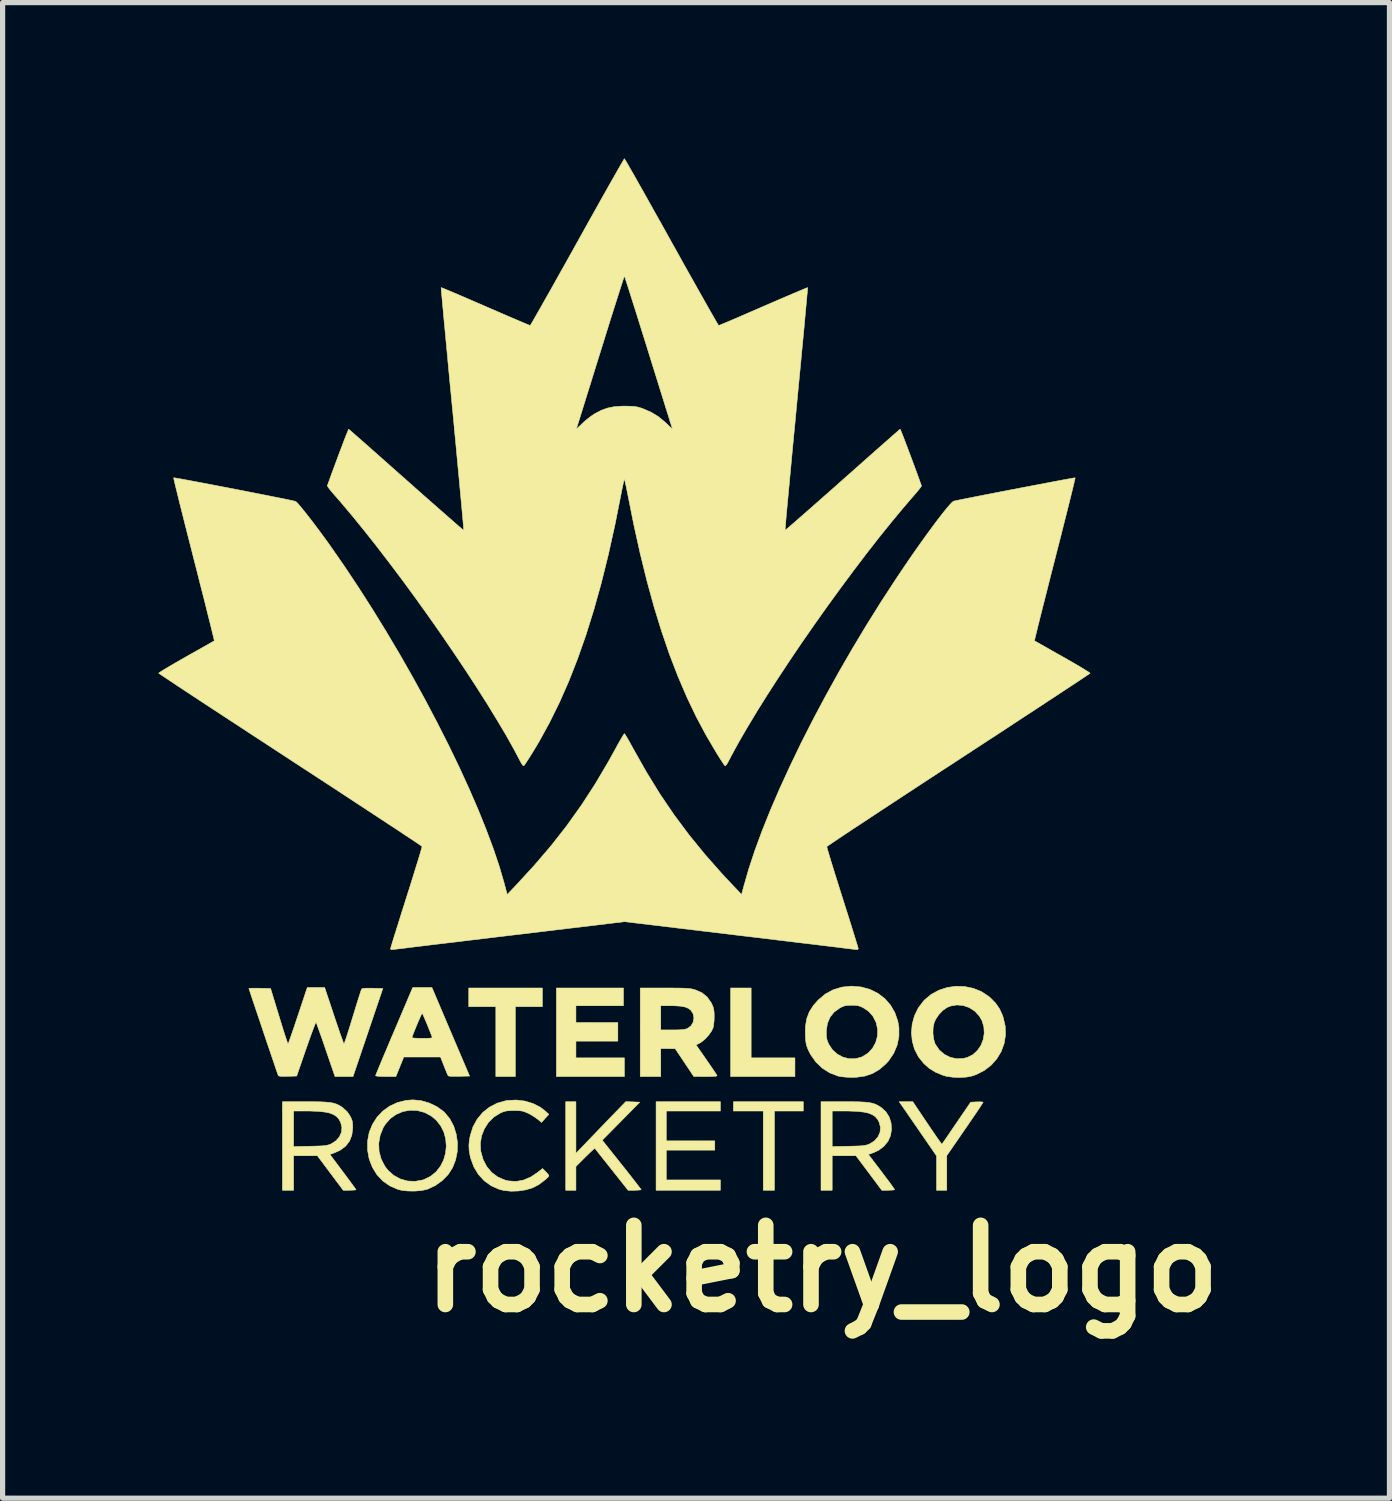
<source format=kicad_pcb>
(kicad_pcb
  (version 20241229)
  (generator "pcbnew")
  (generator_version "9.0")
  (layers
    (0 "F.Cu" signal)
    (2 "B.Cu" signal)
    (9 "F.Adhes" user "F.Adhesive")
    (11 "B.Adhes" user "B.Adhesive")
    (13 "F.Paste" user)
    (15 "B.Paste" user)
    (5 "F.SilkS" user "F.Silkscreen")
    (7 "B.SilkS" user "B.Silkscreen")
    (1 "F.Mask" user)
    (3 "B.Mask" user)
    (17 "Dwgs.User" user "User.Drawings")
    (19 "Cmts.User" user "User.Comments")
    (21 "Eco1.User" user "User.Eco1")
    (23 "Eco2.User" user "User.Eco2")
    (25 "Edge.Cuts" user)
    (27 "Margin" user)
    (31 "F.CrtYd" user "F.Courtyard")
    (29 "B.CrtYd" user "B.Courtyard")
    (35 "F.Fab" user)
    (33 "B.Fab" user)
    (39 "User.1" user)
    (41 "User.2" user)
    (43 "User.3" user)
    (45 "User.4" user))
  (footprint "rocketry_logo"
    (layer "F.Cu")
    (at 8.97 9.943)
    (property "Reference" "rocketry_logo" (at 3.81 11.43 0) (layer "F.SilkS") (effects (font (size 1.524 1.524) (thickness 0.3))))
    (attr through_hole)
    (fp_poly (pts (xy 2.44 7.372) (xy 3.283 7.372) (xy 3.283 7.731) (xy 2.045 7.731) (xy 2.045 6.027) (xy 2.44 6.027) (xy 2.44 7.372)) (stroke (width 0.01) (type solid)) (fill yes) (layer "F.SilkS"))
    (fp_poly (pts (xy -1.579 6.386) (xy -2.099 6.386) (xy -2.099 7.731) (xy -2.475 7.731) (xy -2.475 6.386) (xy -2.996 6.386) (xy -2.996 6.027) (xy -1.579 6.027) (xy -1.579 6.386)) (stroke (width 0.01) (type solid)) (fill yes) (layer "F.SilkS"))
    (fp_poly (pts (xy 3.444 8.395) (xy 2.888 8.395) (xy 2.888 9.92) (xy 2.673 9.92) (xy 2.673 8.395) (xy 2.099 8.395) (xy 2.099 8.216) (xy 3.444 8.216) (xy 3.444 8.395)) (stroke (width 0.01) (type solid)) (fill yes) (layer "F.SilkS"))
    (fp_poly (pts (xy -0.018 6.368) (xy -0.933 6.368) (xy -0.933 6.691) (xy -0.126 6.691) (xy -0.126 7.05) (xy -0.933 7.05) (xy -0.933 7.372) (xy 0 7.372) (xy 0 7.731) (xy -1.309 7.731) (xy -1.309 6.027) (xy -0.018 6.027) (xy -0.018 6.368)) (stroke (width 0.01) (type solid)) (fill yes) (layer "F.SilkS"))
    (fp_poly (pts (xy 1.848 8.395) (xy 0.807 8.395) (xy 0.807 8.969) (xy 1.74 8.969) (xy 1.74 9.148) (xy 0.807 9.148) (xy 0.807 9.722) (xy 1.848 9.722) (xy 1.848 9.92) (xy 0.61 9.92) (xy 0.61 8.216) (xy 1.848 8.216) (xy 1.848 8.395)) (stroke (width 0.01) (type solid)) (fill yes) (layer "F.SilkS"))
    (fp_poly (pts (xy 5.829 8.628) (xy 5.901 8.735) (xy 5.967 8.831) (xy 6.023 8.913) (xy 6.068 8.976) (xy 6.099 9.017) (xy 6.112 9.033) (xy 6.113 9.033) (xy 6.125 9.016) (xy 6.154 8.974) (xy 6.198 8.911) (xy 6.254 8.829) (xy 6.319 8.733) (xy 6.392 8.627) (xy 6.393 8.625) (xy 6.666 8.225) (xy 6.786 8.219) (xy 6.847 8.218) (xy 6.89 8.221) (xy 6.906 8.226) (xy 6.906 8.226) (xy 6.896 8.243) (xy 6.868 8.286) (xy 6.825 8.352) (xy 6.768 8.437) (xy 6.699 8.537) (xy 6.623 8.649) (xy 6.556 8.746) (xy 6.206 9.254) (xy 6.206 9.92) (xy 6.009 9.92) (xy 6.009 9.258) (xy 5.684 8.786) (xy 5.603 8.669) (xy 5.527 8.559) (xy 5.459 8.46) (xy 5.402 8.377) (xy 5.358 8.314) (xy 5.331 8.274) (xy 5.324 8.265) (xy 5.289 8.216) (xy 5.552 8.216) (xy 5.829 8.628)) (stroke (width 0.01) (type solid)) (fill yes) (layer "F.SilkS"))
    (fp_poly (pts (xy 0.162 8.219) (xy 0.296 8.225) (xy -0.426 8.957) (xy -0.051 9.428) (xy 0.038 9.54) (xy 0.119 9.643) (xy 0.19 9.734) (xy 0.249 9.81) (xy 0.292 9.866) (xy 0.317 9.9) (xy 0.323 9.909) (xy 0.306 9.914) (xy 0.263 9.918) (xy 0.202 9.92) (xy 0.197 9.92) (xy 0.071 9.92) (xy -0.245 9.521) (xy -0.327 9.417) (xy -0.402 9.324) (xy -0.466 9.243) (xy -0.517 9.178) (xy -0.552 9.134) (xy -0.568 9.114) (xy -0.569 9.113) (xy -0.583 9.122) (xy -0.618 9.153) (xy -0.668 9.2) (xy -0.73 9.26) (xy -0.754 9.283) (xy -0.933 9.462) (xy -0.933 9.92) (xy -1.13 9.92) (xy -1.13 8.216) (xy -0.933 8.216) (xy -0.933 9.21) (xy -0.615 8.879) (xy -0.517 8.777) (xy -0.417 8.673) (xy -0.321 8.573) (xy -0.235 8.484) (xy -0.164 8.411) (xy -0.135 8.381) (xy 0.027 8.214) (xy 0.162 8.219)) (stroke (width 0.01) (type solid)) (fill yes) (layer "F.SilkS"))
    (fp_poly (pts (xy -3.343 6.87) (xy -2.98 7.722) (xy -3.179 7.727) (xy -3.26 7.728) (xy -3.328 7.727) (xy -3.374 7.723) (xy -3.391 7.718) (xy -3.402 7.697) (xy -3.423 7.649) (xy -3.45 7.584) (xy -3.472 7.529) (xy -3.54 7.355) (xy -4.247 7.355) (xy -4.323 7.543) (xy -4.399 7.731) (xy -4.594 7.731) (xy -4.675 7.73) (xy -4.739 7.726) (xy -4.779 7.72) (xy -4.789 7.714) (xy -4.783 7.695) (xy -4.763 7.646) (xy -4.732 7.57) (xy -4.691 7.471) (xy -4.641 7.351) (xy -4.583 7.215) (xy -4.52 7.064) (xy -4.485 6.982) (xy -4.09 6.982) (xy -4.073 6.988) (xy -4.028 6.992) (xy -3.961 6.995) (xy -3.891 6.996) (xy -3.804 6.995) (xy -3.747 6.993) (xy -3.715 6.989) (xy -3.702 6.981) (xy -3.702 6.969) (xy -3.703 6.964) (xy -3.736 6.879) (xy -3.772 6.79) (xy -3.807 6.703) (xy -3.84 6.626) (xy -3.867 6.564) (xy -3.886 6.524) (xy -3.893 6.512) (xy -3.903 6.527) (xy -3.923 6.569) (xy -3.949 6.629) (xy -3.98 6.701) (xy -4.012 6.778) (xy -4.042 6.851) (xy -4.067 6.915) (xy -4.084 6.961) (xy -4.09 6.982) (xy -4.485 6.982) (xy -4.451 6.903) (xy -4.432 6.858) (xy -4.075 6.018) (xy -3.705 6.018) (xy -3.343 6.87)) (stroke (width 0.01) (type solid)) (fill yes) (layer "F.SilkS"))
    (fp_poly (pts (xy 4.389 8.216) (xy 4.516 8.218) (xy 4.618 8.223) (xy 4.7 8.231) (xy 4.766 8.243) (xy 4.821 8.26) (xy 4.871 8.283) (xy 4.921 8.312) (xy 4.945 8.328) (xy 5.033 8.408) (xy 5.097 8.509) (xy 5.134 8.626) (xy 5.142 8.751) (xy 5.122 8.872) (xy 5.074 8.978) (xy 4.997 9.072) (xy 4.897 9.149) (xy 4.802 9.194) (xy 4.697 9.231) (xy 4.95 9.563) (xy 5.021 9.658) (xy 5.085 9.743) (xy 5.138 9.815) (xy 5.176 9.869) (xy 5.198 9.901) (xy 5.202 9.908) (xy 5.186 9.914) (xy 5.142 9.918) (xy 5.082 9.92) (xy 5.078 9.92) (xy 4.955 9.92) (xy 4.707 9.588) (xy 4.458 9.256) (xy 4 9.256) (xy 4 9.92) (xy 3.785 9.92) (xy 3.785 9.08) (xy 4 9.08) (xy 4.319 9.073) (xy 4.438 9.07) (xy 4.527 9.067) (xy 4.593 9.062) (xy 4.643 9.054) (xy 4.681 9.044) (xy 4.716 9.031) (xy 4.718 9.03) (xy 4.813 8.97) (xy 4.881 8.893) (xy 4.921 8.805) (xy 4.93 8.71) (xy 4.906 8.614) (xy 4.874 8.555) (xy 4.83 8.504) (xy 4.771 8.464) (xy 4.694 8.434) (xy 4.595 8.414) (xy 4.47 8.401) (xy 4.315 8.395) (xy 4.247 8.395) (xy 4 8.395) (xy 4 9.08) (xy 3.785 9.08) (xy 3.785 8.216) (xy 4.23 8.216) (xy 4.389 8.216)) (stroke (width 0.01) (type solid)) (fill yes) (layer "F.SilkS"))
    (fp_poly (pts (xy -5.979 8.216) (xy -5.851 8.218) (xy -5.749 8.223) (xy -5.668 8.231) (xy -5.602 8.243) (xy -5.547 8.26) (xy -5.497 8.283) (xy -5.448 8.312) (xy -5.425 8.328) (xy -5.336 8.409) (xy -5.284 8.485) (xy -5.255 8.543) (xy -5.238 8.593) (xy -5.231 8.652) (xy -5.23 8.718) (xy -5.246 8.856) (xy -5.291 8.973) (xy -5.366 9.071) (xy -5.471 9.149) (xy -5.567 9.193) (xy -5.669 9.231) (xy -5.418 9.566) (xy -5.347 9.661) (xy -5.283 9.747) (xy -5.231 9.818) (xy -5.192 9.872) (xy -5.17 9.904) (xy -5.166 9.91) (xy -5.183 9.915) (xy -5.226 9.918) (xy -5.286 9.92) (xy -5.29 9.92) (xy -5.413 9.92) (xy -5.662 9.588) (xy -5.91 9.256) (xy -6.368 9.256) (xy -6.368 9.92) (xy -6.583 9.92) (xy -6.583 9.08) (xy -6.368 9.08) (xy -6.05 9.073) (xy -5.93 9.07) (xy -5.841 9.067) (xy -5.775 9.062) (xy -5.725 9.054) (xy -5.687 9.044) (xy -5.652 9.031) (xy -5.65 9.03) (xy -5.555 8.97) (xy -5.487 8.893) (xy -5.447 8.805) (xy -5.438 8.71) (xy -5.462 8.614) (xy -5.494 8.555) (xy -5.538 8.504) (xy -5.597 8.464) (xy -5.674 8.434) (xy -5.773 8.414) (xy -5.898 8.401) (xy -6.053 8.395) (xy -6.121 8.395) (xy -6.368 8.395) (xy -6.368 9.08) (xy -6.583 9.08) (xy -6.583 8.216) (xy -6.138 8.216) (xy -5.979 8.216)) (stroke (width 0.01) (type solid)) (fill yes) (layer "F.SilkS"))
    (fp_poly (pts (xy -3.912 8.196) (xy -3.756 8.241) (xy -3.61 8.311) (xy -3.483 8.403) (xy -3.461 8.423) (xy -3.361 8.544) (xy -3.286 8.686) (xy -3.237 8.842) (xy -3.213 9.007) (xy -3.217 9.175) (xy -3.25 9.338) (xy -3.308 9.486) (xy -3.393 9.618) (xy -3.506 9.734) (xy -3.639 9.829) (xy -3.783 9.897) (xy -3.804 9.904) (xy -3.91 9.926) (xy -4.034 9.936) (xy -4.164 9.935) (xy -4.284 9.922) (xy -4.362 9.903) (xy -4.517 9.835) (xy -4.652 9.74) (xy -4.765 9.619) (xy -4.853 9.476) (xy -4.914 9.315) (xy -4.944 9.148) (xy -4.944 9.015) (xy -4.729 9.015) (xy -4.723 9.168) (xy -4.684 9.316) (xy -4.614 9.453) (xy -4.553 9.534) (xy -4.443 9.632) (xy -4.316 9.702) (xy -4.177 9.742) (xy -4.032 9.749) (xy -3.886 9.723) (xy -3.856 9.713) (xy -3.729 9.651) (xy -3.624 9.564) (xy -3.541 9.458) (xy -3.48 9.338) (xy -3.443 9.207) (xy -3.429 9.071) (xy -3.44 8.934) (xy -3.475 8.802) (xy -3.536 8.679) (xy -3.623 8.57) (xy -3.72 8.489) (xy -3.851 8.421) (xy -3.989 8.385) (xy -4.128 8.38) (xy -4.264 8.405) (xy -4.392 8.459) (xy -4.505 8.539) (xy -4.6 8.646) (xy -4.642 8.713) (xy -4.702 8.862) (xy -4.729 9.015) (xy -4.944 9.015) (xy -4.944 8.972) (xy -4.912 8.805) (xy -4.85 8.652) (xy -4.762 8.514) (xy -4.65 8.396) (xy -4.518 8.3) (xy -4.368 8.231) (xy -4.203 8.19) (xy -4.069 8.18) (xy -3.912 8.196)) (stroke (width 0.01) (type solid)) (fill yes) (layer "F.SilkS"))
    (fp_poly (pts (xy 0.925 6.027) (xy 1.041 6.028) (xy 1.131 6.03) (xy 1.201 6.034) (xy 1.256 6.039) (xy 1.3 6.045) (xy 1.339 6.055) (xy 1.367 6.063) (xy 1.492 6.118) (xy 1.593 6.2) (xy 1.67 6.308) (xy 1.679 6.326) (xy 1.706 6.387) (xy 1.721 6.444) (xy 1.728 6.512) (xy 1.729 6.572) (xy 1.727 6.652) (xy 1.719 6.729) (xy 1.709 6.787) (xy 1.708 6.792) (xy 1.676 6.859) (xy 1.623 6.933) (xy 1.558 7.005) (xy 1.489 7.063) (xy 1.45 7.087) (xy 1.38 7.123) (xy 1.458 7.234) (xy 1.507 7.304) (xy 1.561 7.383) (xy 1.618 7.465) (xy 1.672 7.544) (xy 1.72 7.614) (xy 1.757 7.669) (xy 1.779 7.703) (xy 1.783 7.709) (xy 1.781 7.718) (xy 1.758 7.725) (xy 1.712 7.729) (xy 1.636 7.731) (xy 1.566 7.731) (xy 1.336 7.73) (xy 1.157 7.462) (xy 0.978 7.195) (xy 0.839 7.194) (xy 0.7 7.193) (xy 0.7 7.731) (xy 0.305 7.731) (xy 0.305 6.368) (xy 0.7 6.368) (xy 0.7 6.834) (xy 0.928 6.834) (xy 1.032 6.833) (xy 1.108 6.829) (xy 1.162 6.822) (xy 1.202 6.811) (xy 1.22 6.803) (xy 1.284 6.753) (xy 1.324 6.684) (xy 1.338 6.605) (xy 1.325 6.527) (xy 1.282 6.457) (xy 1.28 6.455) (xy 1.233 6.419) (xy 1.169 6.393) (xy 1.083 6.377) (xy 0.97 6.369) (xy 0.889 6.368) (xy 0.7 6.368) (xy 0.305 6.368) (xy 0.305 6.027) (xy 0.778 6.027) (xy 0.925 6.027)) (stroke (width 0.01) (type solid)) (fill yes) (layer "F.SilkS"))
    (fp_poly (pts (xy 6.548 5.998) (xy 6.713 6.032) (xy 6.869 6.094) (xy 7.01 6.186) (xy 7.048 6.218) (xy 7.147 6.319) (xy 7.22 6.425) (xy 7.277 6.549) (xy 7.291 6.589) (xy 7.331 6.76) (xy 7.337 6.929) (xy 7.311 7.093) (xy 7.255 7.247) (xy 7.171 7.387) (xy 7.062 7.511) (xy 6.928 7.614) (xy 6.773 7.693) (xy 6.692 7.721) (xy 6.582 7.742) (xy 6.453 7.75) (xy 6.32 7.744) (xy 6.197 7.726) (xy 6.135 7.708) (xy 5.99 7.648) (xy 5.868 7.573) (xy 5.762 7.478) (xy 5.659 7.349) (xy 5.585 7.204) (xy 5.541 7.048) (xy 5.527 6.898) (xy 5.94 6.898) (xy 5.952 7.005) (xy 5.979 7.096) (xy 5.987 7.112) (xy 6.062 7.221) (xy 6.159 7.304) (xy 6.272 7.361) (xy 6.395 7.388) (xy 6.524 7.383) (xy 6.603 7.363) (xy 6.71 7.309) (xy 6.797 7.229) (xy 6.864 7.131) (xy 6.908 7.018) (xy 6.927 6.898) (xy 6.92 6.776) (xy 6.886 6.659) (xy 6.834 6.568) (xy 6.745 6.472) (xy 6.639 6.404) (xy 6.522 6.363) (xy 6.4 6.353) (xy 6.279 6.374) (xy 6.21 6.402) (xy 6.131 6.457) (xy 6.056 6.535) (xy 5.995 6.624) (xy 5.963 6.695) (xy 5.943 6.79) (xy 5.94 6.898) (xy 5.527 6.898) (xy 5.526 6.886) (xy 5.54 6.724) (xy 5.583 6.565) (xy 5.655 6.415) (xy 5.757 6.279) (xy 5.779 6.256) (xy 5.908 6.148) (xy 6.055 6.069) (xy 6.214 6.017) (xy 6.381 5.993) (xy 6.548 5.998)) (stroke (width 0.01) (type solid)) (fill yes) (layer "F.SilkS"))
    (fp_poly (pts (xy -1.917 8.203) (xy -1.759 8.251) (xy -1.617 8.323) (xy -1.53 8.39) (xy -1.454 8.458) (xy -1.525 8.536) (xy -1.595 8.614) (xy -1.673 8.55) (xy -1.735 8.506) (xy -1.809 8.461) (xy -1.858 8.436) (xy -1.917 8.411) (xy -1.97 8.395) (xy -2.031 8.388) (xy -2.113 8.386) (xy -2.126 8.386) (xy -2.211 8.388) (xy -2.275 8.394) (xy -2.328 8.408) (xy -2.385 8.432) (xy -2.389 8.434) (xy -2.513 8.511) (xy -2.616 8.613) (xy -2.695 8.735) (xy -2.749 8.872) (xy -2.773 9.016) (xy -2.766 9.164) (xy -2.765 9.168) (xy -2.721 9.326) (xy -2.651 9.462) (xy -2.556 9.576) (xy -2.439 9.664) (xy -2.302 9.723) (xy -2.233 9.74) (xy -2.087 9.751) (xy -1.943 9.725) (xy -1.8 9.664) (xy -1.668 9.575) (xy -1.576 9.502) (xy -1.515 9.562) (xy -1.478 9.601) (xy -1.456 9.632) (xy -1.453 9.641) (xy -1.467 9.664) (xy -1.507 9.702) (xy -1.567 9.751) (xy -1.642 9.806) (xy -1.658 9.817) (xy -1.765 9.872) (xy -1.896 9.912) (xy -2.039 9.934) (xy -2.185 9.939) (xy -2.325 9.923) (xy -2.408 9.903) (xy -2.562 9.835) (xy -2.697 9.739) (xy -2.809 9.617) (xy -2.897 9.473) (xy -2.958 9.308) (xy -2.97 9.259) (xy -2.989 9.149) (xy -2.993 9.053) (xy -2.984 8.954) (xy -2.968 8.871) (xy -2.916 8.702) (xy -2.834 8.552) (xy -2.727 8.423) (xy -2.597 8.32) (xy -2.447 8.243) (xy -2.28 8.196) (xy -2.253 8.192) (xy -2.084 8.183) (xy -1.917 8.203)) (stroke (width 0.01) (type solid)) (fill yes) (layer "F.SilkS"))
    (fp_poly (pts (xy 4.559 6.007) (xy 4.729 6.054) (xy 4.881 6.13) (xy 5.013 6.231) (xy 5.123 6.356) (xy 5.207 6.502) (xy 5.264 6.666) (xy 5.285 6.791) (xy 5.285 6.96) (xy 5.251 7.126) (xy 5.185 7.283) (xy 5.09 7.425) (xy 5.034 7.486) (xy 4.909 7.595) (xy 4.776 7.673) (xy 4.631 7.722) (xy 4.467 7.745) (xy 4.369 7.748) (xy 4.281 7.744) (xy 4.194 7.736) (xy 4.123 7.724) (xy 4.11 7.721) (xy 3.952 7.66) (xy 3.809 7.569) (xy 3.686 7.451) (xy 3.587 7.311) (xy 3.557 7.255) (xy 3.526 7.187) (xy 3.506 7.13) (xy 3.494 7.073) (xy 3.487 7.002) (xy 3.484 6.932) (xy 3.484 6.872) (xy 3.887 6.872) (xy 3.889 6.954) (xy 3.898 7.015) (xy 3.919 7.074) (xy 3.935 7.11) (xy 4.006 7.217) (xy 4.099 7.3) (xy 4.207 7.358) (xy 4.325 7.388) (xy 4.448 7.388) (xy 4.568 7.355) (xy 4.584 7.348) (xy 4.692 7.279) (xy 4.778 7.186) (xy 4.838 7.075) (xy 4.871 6.953) (xy 4.875 6.824) (xy 4.847 6.696) (xy 4.844 6.687) (xy 4.784 6.569) (xy 4.701 6.476) (xy 4.607 6.412) (xy 4.549 6.383) (xy 4.497 6.367) (xy 4.436 6.36) (xy 4.377 6.359) (xy 4.299 6.361) (xy 4.242 6.37) (xy 4.19 6.389) (xy 4.145 6.413) (xy 4.037 6.491) (xy 3.958 6.591) (xy 3.908 6.711) (xy 3.887 6.851) (xy 3.887 6.872) (xy 3.484 6.872) (xy 3.486 6.762) (xy 3.511 6.615) (xy 3.561 6.484) (xy 3.639 6.362) (xy 3.73 6.259) (xy 3.869 6.142) (xy 4.023 6.059) (xy 4.191 6.009) (xy 4.372 5.991) (xy 4.375 5.991) (xy 4.559 6.007)) (stroke (width 0.01) (type solid)) (fill yes) (layer "F.SilkS"))
    (fp_poly (pts (xy -5.589 6.561) (xy -5.545 6.693) (xy -5.504 6.813) (xy -5.468 6.918) (xy -5.437 7.003) (xy -5.415 7.065) (xy -5.401 7.098) (xy -5.398 7.103) (xy -5.39 7.087) (xy -5.374 7.04) (xy -5.349 6.968) (xy -5.319 6.873) (xy -5.283 6.761) (xy -5.245 6.635) (xy -5.229 6.584) (xy -5.189 6.453) (xy -5.152 6.333) (xy -5.119 6.228) (xy -5.092 6.143) (xy -5.072 6.082) (xy -5.06 6.049) (xy -5.058 6.045) (xy -5.034 6.036) (xy -4.978 6.031) (xy -4.891 6.03) (xy -4.849 6.031) (xy -4.65 6.036) (xy -4.937 6.884) (xy -5.224 7.731) (xy -5.571 7.731) (xy -5.748 7.216) (xy -5.792 7.086) (xy -5.833 6.968) (xy -5.87 6.865) (xy -5.9 6.782) (xy -5.921 6.722) (xy -5.934 6.691) (xy -5.936 6.687) (xy -5.944 6.7) (xy -5.963 6.743) (xy -5.989 6.812) (xy -6.023 6.903) (xy -6.063 7.013) (xy -6.106 7.136) (xy -6.128 7.198) (xy -6.309 7.722) (xy -6.482 7.727) (xy -6.569 7.729) (xy -6.626 7.726) (xy -6.656 7.718) (xy -6.664 7.709) (xy -6.674 7.681) (xy -6.694 7.625) (xy -6.722 7.543) (xy -6.756 7.441) (xy -6.797 7.322) (xy -6.841 7.19) (xy -6.889 7.05) (xy -6.938 6.904) (xy -6.987 6.758) (xy -7.035 6.615) (xy -7.081 6.479) (xy -7.123 6.354) (xy -7.16 6.245) (xy -7.19 6.154) (xy -7.212 6.086) (xy -7.226 6.046) (xy -7.229 6.035) (xy -7.212 6.032) (xy -7.167 6.03) (xy -7.099 6.03) (xy -7.02 6.031) (xy -6.811 6.036) (xy -6.648 6.57) (xy -6.608 6.701) (xy -6.571 6.821) (xy -6.538 6.925) (xy -6.51 7.008) (xy -6.49 7.068) (xy -6.478 7.1) (xy -6.476 7.103) (xy -6.468 7.087) (xy -6.45 7.041) (xy -6.424 6.968) (xy -6.392 6.874) (xy -6.353 6.762) (xy -6.311 6.635) (xy -6.286 6.561) (xy -6.105 6.018) (xy -5.77 6.018) (xy -5.589 6.561)) (stroke (width 0.01) (type solid)) (fill yes) (layer "F.SilkS"))
    (fp_poly (pts (xy -8.659 -3.794) (xy -8.609 -3.785) (xy -8.53 -3.772) (xy -8.428 -3.753) (xy -8.304 -3.73) (xy -8.162 -3.703) (xy -8.007 -3.674) (xy -7.841 -3.642) (xy -7.669 -3.609) (xy -7.493 -3.575) (xy -7.317 -3.541) (xy -7.145 -3.507) (xy -6.98 -3.475) (xy -6.826 -3.444) (xy -6.686 -3.416) (xy -6.565 -3.392) (xy -6.464 -3.371) (xy -6.389 -3.355) (xy -6.342 -3.344) (xy -6.328 -3.34) (xy -6.305 -3.321) (xy -6.265 -3.276) (xy -6.209 -3.209) (xy -6.14 -3.124) (xy -6.061 -3.023) (xy -5.975 -2.911) (xy -5.885 -2.791) (xy -5.793 -2.666) (xy -5.701 -2.54) (xy -5.668 -2.493) (xy -5.392 -2.096) (xy -5.118 -1.684) (xy -4.848 -1.262) (xy -4.583 -0.831) (xy -4.324 -0.395) (xy -4.074 0.044) (xy -3.833 0.483) (xy -3.603 0.92) (xy -3.385 1.351) (xy -3.18 1.775) (xy -2.991 2.187) (xy -2.818 2.587) (xy -2.663 2.97) (xy -2.527 3.334) (xy -2.411 3.677) (xy -2.318 3.995) (xy -2.314 4.01) (xy -2.256 4.227) (xy -2.092 4.055) (xy -1.737 3.669) (xy -1.41 3.287) (xy -1.109 2.902) (xy -0.828 2.508) (xy -0.562 2.099) (xy -0.307 1.667) (xy -0.171 1.422) (xy -0.121 1.329) (xy -0.075 1.249) (xy -0.038 1.186) (xy -0.012 1.145) (xy 0 1.13) (xy 0.012 1.145) (xy 0.039 1.187) (xy 0.076 1.25) (xy 0.121 1.331) (xy 0.171 1.422) (xy 0.423 1.868) (xy 0.682 2.289) (xy 0.954 2.69) (xy 1.244 3.079) (xy 1.556 3.462) (xy 1.895 3.845) (xy 2.092 4.055) (xy 2.256 4.227) (xy 2.297 4.073) (xy 2.393 3.739) (xy 2.511 3.381) (xy 2.651 3.001) (xy 2.811 2.602) (xy 2.99 2.187) (xy 3.187 1.758) (xy 3.399 1.317) (xy 3.627 0.868) (xy 3.869 0.413) (xy 4.123 -0.046) (xy 4.388 -0.505) (xy 4.664 -0.964) (xy 4.948 -1.418) (xy 5.222 -1.838) (xy 5.347 -2.025) (xy 5.472 -2.209) (xy 5.596 -2.388) (xy 5.716 -2.558) (xy 5.832 -2.719) (xy 5.94 -2.866) (xy 6.039 -2.998) (xy 6.128 -3.113) (xy 6.204 -3.207) (xy 6.266 -3.279) (xy 6.312 -3.327) (xy 6.34 -3.346) (xy 6.341 -3.346) (xy 6.387 -3.356) (xy 6.462 -3.372) (xy 6.562 -3.392) (xy 6.684 -3.416) (xy 6.823 -3.444) (xy 6.977 -3.474) (xy 7.142 -3.506) (xy 7.313 -3.539) (xy 7.489 -3.573) (xy 7.665 -3.607) (xy 7.838 -3.64) (xy 8.004 -3.671) (xy 8.159 -3.701) (xy 8.301 -3.728) (xy 8.425 -3.751) (xy 8.528 -3.77) (xy 8.607 -3.784) (xy 8.658 -3.793) (xy 8.677 -3.795) (xy 8.677 -3.795) (xy 8.674 -3.777) (xy 8.663 -3.726) (xy 8.644 -3.646) (xy 8.618 -3.538) (xy 8.585 -3.406) (xy 8.547 -3.251) (xy 8.503 -3.076) (xy 8.454 -2.884) (xy 8.402 -2.676) (xy 8.346 -2.457) (xy 8.287 -2.227) (xy 8.287 -2.225) (xy 8.228 -1.995) (xy 8.172 -1.775) (xy 8.12 -1.568) (xy 8.071 -1.376) (xy 8.027 -1.201) (xy 7.988 -1.046) (xy 7.955 -0.914) (xy 7.929 -0.807) (xy 7.909 -0.726) (xy 7.898 -0.676) (xy 7.894 -0.658) (xy 7.894 -0.658) (xy 7.911 -0.648) (xy 7.956 -0.623) (xy 8.024 -0.584) (xy 8.113 -0.534) (xy 8.218 -0.474) (xy 8.336 -0.407) (xy 8.436 -0.351) (xy 8.562 -0.279) (xy 8.676 -0.213) (xy 8.777 -0.154) (xy 8.859 -0.104) (xy 8.92 -0.066) (xy 8.957 -0.042) (xy 8.965 -0.033) (xy 8.95 -0.022) (xy 8.906 0.008) (xy 8.835 0.056) (xy 8.739 0.12) (xy 8.619 0.199) (xy 8.476 0.293) (xy 8.313 0.401) (xy 8.131 0.52) (xy 7.931 0.652) (xy 7.715 0.793) (xy 7.485 0.944) (xy 7.242 1.104) (xy 6.987 1.27) (xy 6.722 1.443) (xy 6.449 1.621) (xy 6.431 1.634) (xy 6.157 1.812) (xy 5.892 1.985) (xy 5.636 2.153) (xy 5.392 2.313) (xy 5.161 2.465) (xy 4.944 2.607) (xy 4.743 2.74) (xy 4.56 2.861) (xy 4.395 2.969) (xy 4.251 3.065) (xy 4.13 3.146) (xy 4.032 3.211) (xy 3.96 3.261) (xy 3.914 3.292) (xy 3.897 3.306) (xy 3.897 3.306) (xy 3.901 3.327) (xy 3.915 3.378) (xy 3.939 3.458) (xy 3.97 3.562) (xy 4.009 3.688) (xy 4.054 3.833) (xy 4.104 3.992) (xy 4.158 4.164) (xy 4.197 4.287) (xy 4.253 4.466) (xy 4.307 4.634) (xy 4.356 4.79) (xy 4.399 4.929) (xy 4.436 5.049) (xy 4.466 5.146) (xy 4.488 5.218) (xy 4.5 5.26) (xy 4.502 5.271) (xy 4.491 5.287) (xy 4.454 5.287) (xy 4.444 5.285) (xy 4.419 5.282) (xy 4.361 5.275) (xy 4.271 5.264) (xy 4.153 5.249) (xy 4.008 5.231) (xy 3.838 5.211) (xy 3.646 5.187) (xy 3.434 5.162) (xy 3.205 5.134) (xy 2.959 5.105) (xy 2.701 5.073) (xy 2.431 5.041) (xy 2.195 5.013) (xy 0.004 4.75) (xy -2.182 5.012) (xy -2.459 5.045) (xy -2.728 5.078) (xy -2.984 5.108) (xy -3.228 5.138) (xy -3.455 5.165) (xy -3.665 5.19) (xy -3.854 5.213) (xy -4.02 5.233) (xy -4.162 5.251) (xy -4.277 5.265) (xy -4.362 5.275) (xy -4.416 5.282) (xy -4.435 5.284) (xy -4.483 5.288) (xy -4.502 5.277) (xy -4.502 5.273) (xy -4.497 5.252) (xy -4.482 5.2) (xy -4.458 5.12) (xy -4.426 5.016) (xy -4.386 4.89) (xy -4.341 4.745) (xy -4.291 4.585) (xy -4.236 4.413) (xy -4.196 4.285) (xy -4.139 4.106) (xy -4.086 3.938) (xy -4.038 3.782) (xy -3.995 3.643) (xy -3.958 3.524) (xy -3.929 3.427) (xy -3.909 3.355) (xy -3.897 3.313) (xy -3.895 3.302) (xy -3.911 3.29) (xy -3.955 3.26) (xy -4.026 3.212) (xy -4.122 3.148) (xy -4.242 3.069) (xy -4.384 2.974) (xy -4.548 2.867) (xy -4.73 2.747) (xy -4.93 2.616) (xy -5.146 2.474) (xy -5.376 2.323) (xy -5.619 2.163) (xy -5.874 1.997) (xy -6.139 1.824) (xy -6.412 1.646) (xy -6.431 1.633) (xy -6.704 1.455) (xy -6.969 1.281) (xy -7.225 1.114) (xy -7.469 0.954) (xy -7.7 0.803) (xy -7.917 0.661) (xy -8.118 0.529) (xy -8.302 0.408) (xy -8.466 0.3) (xy -8.61 0.205) (xy -8.731 0.124) (xy -8.829 0.059) (xy -8.902 0.01) (xy -8.948 -0.021) (xy -8.965 -0.033) (xy -8.965 -0.034) (xy -8.951 -0.046) (xy -8.91 -0.073) (xy -8.844 -0.114) (xy -8.757 -0.166) (xy -8.654 -0.226) (xy -8.536 -0.294) (xy -8.436 -0.351) (xy -8.31 -0.422) (xy -8.194 -0.487) (xy -8.092 -0.545) (xy -8.007 -0.593) (xy -7.944 -0.629) (xy -7.905 -0.651) (xy -7.894 -0.657) (xy -7.898 -0.675) (xy -7.909 -0.725) (xy -7.929 -0.805) (xy -7.955 -0.913) (xy -7.988 -1.045) (xy -8.027 -1.199) (xy -8.07 -1.374) (xy -8.119 -1.566) (xy -8.172 -1.773) (xy -8.227 -1.992) (xy -8.286 -2.222) (xy -8.287 -2.225) (xy -8.345 -2.455) (xy -8.401 -2.675) (xy -8.454 -2.882) (xy -8.502 -3.074) (xy -8.546 -3.249) (xy -8.585 -3.405) (xy -8.617 -3.537) (xy -8.644 -3.645) (xy -8.663 -3.726) (xy -8.674 -3.777) (xy -8.677 -3.795) (xy -8.677 -3.795) (xy -8.659 -3.794)) (stroke (width 0.01) (type solid)) (fill yes) (layer "F.SilkS"))
    (fp_poly (pts (xy 0.01 -9.922) (xy 0.037 -9.878) (xy 0.079 -9.806) (xy 0.134 -9.709) (xy 0.203 -9.589) (xy 0.282 -9.448) (xy 0.373 -9.288) (xy 0.472 -9.111) (xy 0.579 -8.919) (xy 0.694 -8.715) (xy 0.814 -8.5) (xy 0.907 -8.332) (xy 1.031 -8.111) (xy 1.149 -7.898) (xy 1.262 -7.697) (xy 1.368 -7.509) (xy 1.465 -7.336) (xy 1.553 -7.18) (xy 1.63 -7.044) (xy 1.696 -6.929) (xy 1.748 -6.838) (xy 1.786 -6.773) (xy 1.809 -6.735) (xy 1.816 -6.727) (xy 1.835 -6.734) (xy 1.883 -6.754) (xy 1.958 -6.785) (xy 2.057 -6.827) (xy 2.176 -6.878) (xy 2.312 -6.937) (xy 2.462 -7.002) (xy 2.623 -7.072) (xy 2.676 -7.095) (xy 2.84 -7.166) (xy 2.993 -7.232) (xy 3.133 -7.292) (xy 3.257 -7.345) (xy 3.361 -7.389) (xy 3.442 -7.423) (xy 3.498 -7.446) (xy 3.526 -7.456) (xy 3.528 -7.456) (xy 3.527 -7.438) (xy 3.523 -7.386) (xy 3.515 -7.303) (xy 3.505 -7.19) (xy 3.492 -7.05) (xy 3.477 -6.885) (xy 3.46 -6.696) (xy 3.44 -6.487) (xy 3.418 -6.258) (xy 3.395 -6.013) (xy 3.37 -5.753) (xy 3.344 -5.481) (xy 3.317 -5.198) (xy 3.31 -5.121) (xy 3.283 -4.835) (xy 3.256 -4.56) (xy 3.231 -4.296) (xy 3.208 -4.047) (xy 3.186 -3.814) (xy 3.166 -3.599) (xy 3.148 -3.405) (xy 3.132 -3.233) (xy 3.118 -3.086) (xy 3.108 -2.966) (xy 3.1 -2.874) (xy 3.095 -2.814) (xy 3.093 -2.786) (xy 3.093 -2.784) (xy 3.107 -2.795) (xy 3.146 -2.828) (xy 3.208 -2.881) (xy 3.291 -2.952) (xy 3.392 -3.041) (xy 3.51 -3.144) (xy 3.643 -3.261) (xy 3.789 -3.39) (xy 3.946 -3.528) (xy 4.111 -3.674) (xy 4.198 -3.752) (xy 4.368 -3.902) (xy 4.529 -4.045) (xy 4.681 -4.18) (xy 4.821 -4.304) (xy 4.948 -4.416) (xy 5.058 -4.513) (xy 5.151 -4.595) (xy 5.224 -4.659) (xy 5.276 -4.704) (xy 5.303 -4.728) (xy 5.308 -4.731) (xy 5.316 -4.716) (xy 5.335 -4.671) (xy 5.363 -4.6) (xy 5.399 -4.507) (xy 5.441 -4.396) (xy 5.488 -4.271) (xy 5.539 -4.135) (xy 5.591 -3.994) (xy 5.644 -3.85) (xy 5.695 -3.708) (xy 5.719 -3.642) (xy 5.71 -3.623) (xy 5.681 -3.583) (xy 5.638 -3.53) (xy 5.592 -3.477) (xy 5.372 -3.221) (xy 5.141 -2.943) (xy 4.901 -2.645) (xy 4.656 -2.331) (xy 4.407 -2.003) (xy 4.157 -1.666) (xy 3.907 -1.322) (xy 3.661 -0.975) (xy 3.419 -0.627) (xy 3.185 -0.281) (xy 2.961 0.058) (xy 2.748 0.388) (xy 2.549 0.706) (xy 2.367 1.009) (xy 2.202 1.293) (xy 2.059 1.555) (xy 1.993 1.682) (xy 1.967 1.725) (xy 1.945 1.748) (xy 1.937 1.749) (xy 1.922 1.731) (xy 1.892 1.688) (xy 1.851 1.625) (xy 1.803 1.549) (xy 1.779 1.511) (xy 1.575 1.165) (xy 1.382 0.803) (xy 1.201 0.424) (xy 1.03 0.025) (xy 0.868 -0.396) (xy 0.716 -0.841) (xy 0.571 -1.311) (xy 0.434 -1.81) (xy 0.304 -2.338) (xy 0.18 -2.898) (xy 0.079 -3.404) (xy 0.057 -3.513) (xy 0.038 -3.608) (xy 0.021 -3.686) (xy 0.008 -3.74) (xy 0.001 -3.766) (xy -0.000406 -3.767) (xy -0.007 -3.75) (xy -0.018 -3.704) (xy -0.033 -3.636) (xy -0.051 -3.55) (xy -0.06 -3.502) (xy -0.181 -2.893) (xy -0.309 -2.316) (xy -0.444 -1.772) (xy -0.587 -1.258) (xy -0.739 -0.772) (xy -0.9 -0.313) (xy -1.07 0.121) (xy -1.251 0.531) (xy -1.443 0.92) (xy -1.646 1.29) (xy -1.779 1.511) (xy -1.83 1.591) (xy -1.875 1.661) (xy -1.91 1.714) (xy -1.932 1.744) (xy -1.937 1.749) (xy -1.954 1.741) (xy -1.979 1.708) (xy -1.993 1.682) (xy -2.124 1.435) (xy -2.276 1.163) (xy -2.449 0.872) (xy -2.638 0.563) (xy -2.843 0.24) (xy -3.06 -0.093) (xy -3.289 -0.435) (xy -3.525 -0.78) (xy -3.768 -1.127) (xy -4.015 -1.472) (xy -4.264 -1.812) (xy -4.513 -2.143) (xy -4.759 -2.464) (xy -5 -2.769) (xy -5.234 -3.057) (xy -5.459 -3.324) (xy -5.592 -3.477) (xy -5.645 -3.538) (xy -5.686 -3.59) (xy -5.712 -3.627) (xy -5.719 -3.642) (xy -5.675 -3.764) (xy -5.628 -3.894) (xy -5.578 -4.028) (xy -5.529 -4.161) (xy -5.481 -4.29) (xy -5.435 -4.41) (xy -5.395 -4.517) (xy -5.36 -4.607) (xy -5.332 -4.675) (xy -5.314 -4.718) (xy -5.307 -4.731) (xy -5.293 -4.718) (xy -5.253 -4.684) (xy -5.191 -4.63) (xy -5.107 -4.556) (xy -5.005 -4.467) (xy -4.887 -4.362) (xy -4.753 -4.244) (xy -4.607 -4.114) (xy -4.45 -3.975) (xy -4.284 -3.828) (xy -4.198 -3.752) (xy -4.029 -3.602) (xy -3.868 -3.459) (xy -3.716 -3.326) (xy -3.576 -3.203) (xy -3.45 -3.092) (xy -3.34 -2.996) (xy -3.248 -2.915) (xy -3.175 -2.852) (xy -3.124 -2.809) (xy -3.097 -2.787) (xy -3.093 -2.785) (xy -3.094 -2.803) (xy -3.098 -2.855) (xy -3.105 -2.938) (xy -3.115 -3.051) (xy -3.128 -3.192) (xy -3.143 -3.357) (xy -3.161 -3.545) (xy -3.18 -3.755) (xy -3.202 -3.983) (xy -3.225 -4.229) (xy -3.249 -4.488) (xy -3.273 -4.735) (xy -0.926 -4.735) (xy -0.916 -4.742) (xy -0.885 -4.77) (xy -0.84 -4.812) (xy -0.809 -4.843) (xy -0.738 -4.906) (xy -0.66 -4.968) (xy -0.587 -5.018) (xy -0.572 -5.028) (xy -0.448 -5.093) (xy -0.328 -5.137) (xy -0.201 -5.163) (xy -0.055 -5.174) (xy 0.009 -5.175) (xy 0.108 -5.173) (xy 0.183 -5.169) (xy 0.243 -5.16) (xy 0.3 -5.145) (xy 0.356 -5.126) (xy 0.514 -5.058) (xy 0.654 -4.973) (xy 0.787 -4.863) (xy 0.808 -4.843) (xy 0.86 -4.793) (xy 0.9 -4.756) (xy 0.923 -4.737) (xy 0.926 -4.735) (xy 0.92 -4.753) (xy 0.904 -4.803) (xy 0.879 -4.882) (xy 0.846 -4.988) (xy 0.805 -5.118) (xy 0.758 -5.27) (xy 0.704 -5.442) (xy 0.646 -5.63) (xy 0.583 -5.832) (xy 0.516 -6.046) (xy 0.465 -6.211) (xy 0.396 -6.432) (xy 0.33 -6.642) (xy 0.268 -6.841) (xy 0.211 -7.024) (xy 0.158 -7.189) (xy 0.112 -7.335) (xy 0.073 -7.458) (xy 0.041 -7.556) (xy 0.018 -7.627) (xy 0.004 -7.667) (xy 0 -7.677) (xy -0.007 -7.66) (xy -0.023 -7.612) (xy -0.048 -7.534) (xy -0.082 -7.429) (xy -0.123 -7.3) (xy -0.171 -7.149) (xy -0.225 -6.979) (xy -0.284 -6.792) (xy -0.347 -6.59) (xy -0.413 -6.377) (xy -0.465 -6.211) (xy -0.534 -5.99) (xy -0.6 -5.778) (xy -0.661 -5.58) (xy -0.719 -5.396) (xy -0.771 -5.229) (xy -0.816 -5.083) (xy -0.855 -4.958) (xy -0.886 -4.859) (xy -0.909 -4.787) (xy -0.922 -4.745) (xy -0.926 -4.735) (xy -3.273 -4.735) (xy -3.275 -4.761) (xy -3.302 -5.044) (xy -3.31 -5.121) (xy -3.337 -5.406) (xy -3.364 -5.682) (xy -3.389 -5.945) (xy -3.412 -6.195) (xy -3.434 -6.428) (xy -3.454 -6.642) (xy -3.473 -6.837) (xy -3.488 -7.008) (xy -3.502 -7.155) (xy -3.513 -7.276) (xy -3.521 -7.367) (xy -3.526 -7.428) (xy -3.527 -7.455) (xy -3.527 -7.457) (xy -3.51 -7.451) (xy -3.463 -7.432) (xy -3.39 -7.402) (xy -3.292 -7.361) (xy -3.175 -7.311) (xy -3.04 -7.253) (xy -2.89 -7.188) (xy -2.73 -7.119) (xy -2.675 -7.095) (xy -2.511 -7.024) (xy -2.357 -6.957) (xy -2.216 -6.896) (xy -2.091 -6.843) (xy -1.986 -6.798) (xy -1.903 -6.763) (xy -1.845 -6.739) (xy -1.817 -6.727) (xy -1.814 -6.727) (xy -1.804 -6.742) (xy -1.777 -6.787) (xy -1.735 -6.859) (xy -1.68 -6.956) (xy -1.611 -7.076) (xy -1.532 -7.217) (xy -1.441 -7.377) (xy -1.342 -7.553) (xy -1.235 -7.745) (xy -1.12 -7.949) (xy -1 -8.164) (xy -0.907 -8.332) (xy -0.783 -8.554) (xy -0.665 -8.766) (xy -0.552 -8.967) (xy -0.447 -9.156) (xy -0.349 -9.329) (xy -0.262 -9.484) (xy -0.184 -9.62) (xy -0.119 -9.735) (xy -0.067 -9.826) (xy -0.029 -9.891) (xy -0.006 -9.929) (xy 0.000081 -9.938) (xy 0.01 -9.922)) (stroke (width 0.01) (type solid)) (fill yes) (layer "F.SilkS")))
  (gr_rect
    (start -3 -3)
    (end 23.698 25.791)
    (stroke (width 0.1) (type default))
    (fill no)
    (layer "Edge.Cuts")))
</source>
